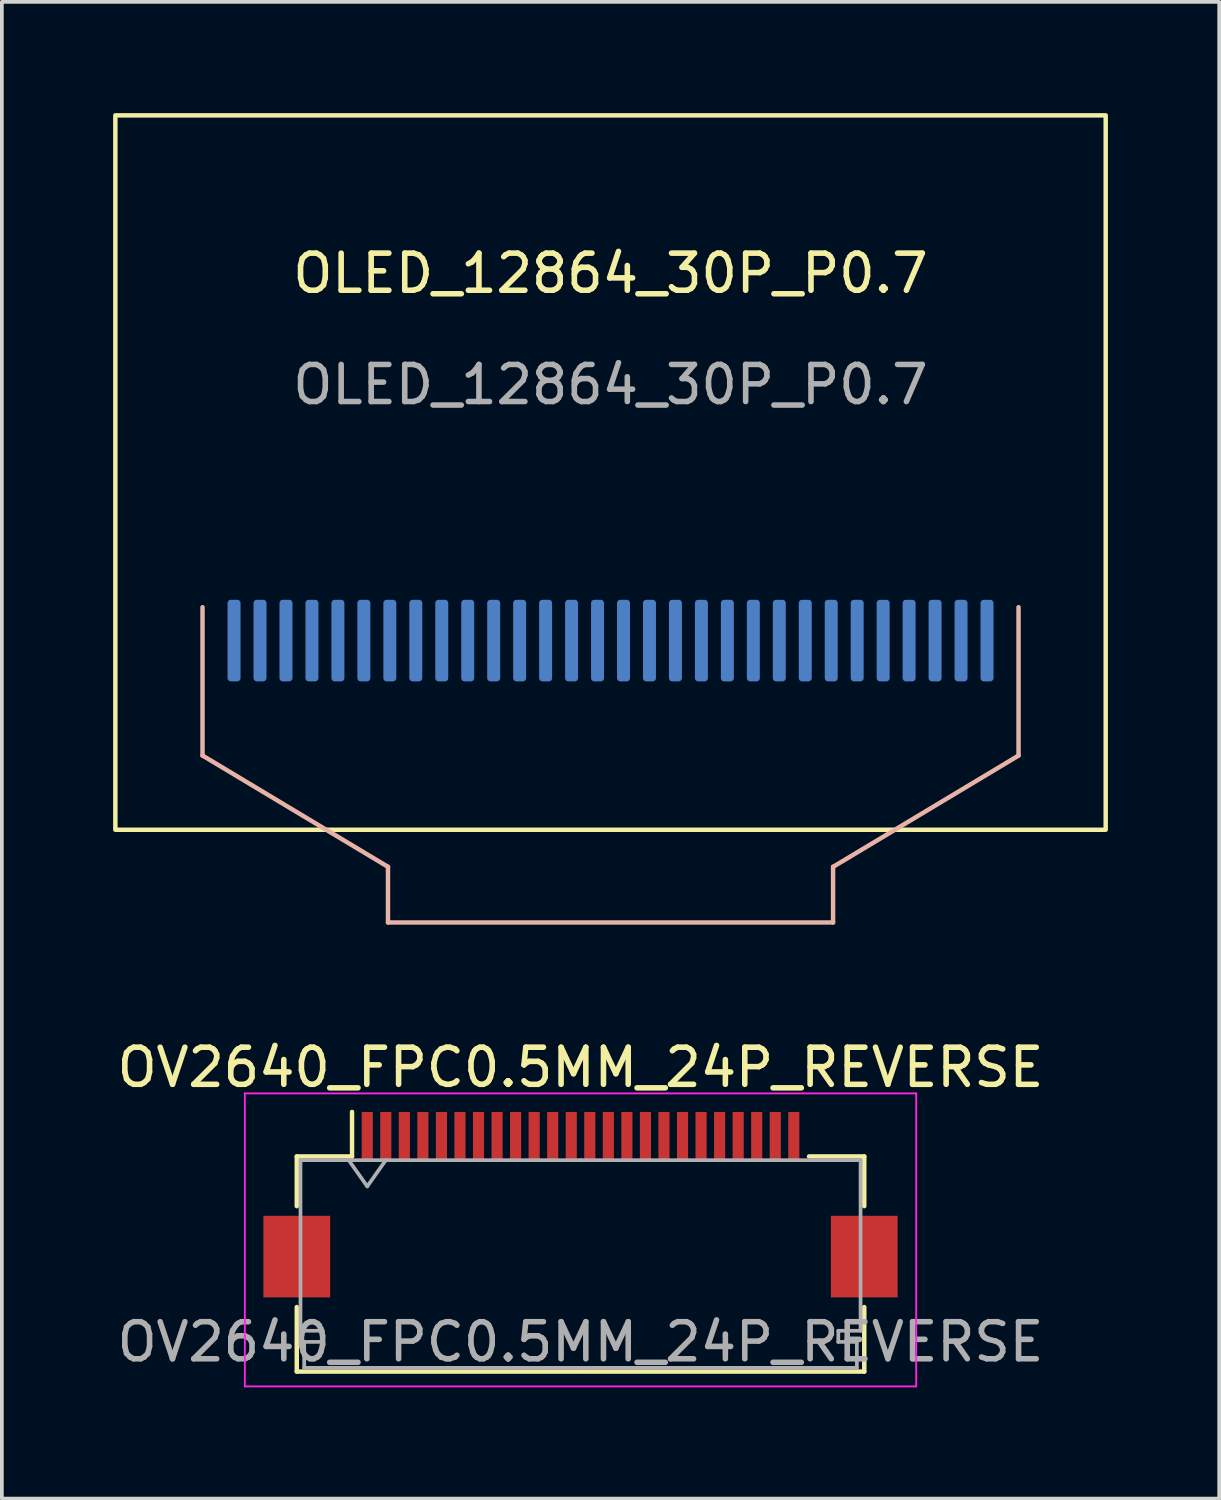
<source format=kicad_pcb>
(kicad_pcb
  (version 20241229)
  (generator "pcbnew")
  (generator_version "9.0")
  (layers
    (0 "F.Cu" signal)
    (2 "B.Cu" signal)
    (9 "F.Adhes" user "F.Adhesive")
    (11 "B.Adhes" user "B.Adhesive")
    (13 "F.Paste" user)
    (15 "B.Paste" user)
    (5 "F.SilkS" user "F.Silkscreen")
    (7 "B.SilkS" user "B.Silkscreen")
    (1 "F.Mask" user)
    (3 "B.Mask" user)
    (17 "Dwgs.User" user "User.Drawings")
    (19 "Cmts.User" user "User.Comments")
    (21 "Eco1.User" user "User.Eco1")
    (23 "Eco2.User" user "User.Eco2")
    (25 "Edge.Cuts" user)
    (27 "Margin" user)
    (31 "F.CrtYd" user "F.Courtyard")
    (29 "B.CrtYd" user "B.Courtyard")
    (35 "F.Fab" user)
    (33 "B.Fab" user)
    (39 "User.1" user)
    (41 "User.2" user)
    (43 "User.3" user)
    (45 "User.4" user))
  (footprint "OV2640_FPC0.5MM_24P_REVERSE"
    (layer "F.Cu")
    (at 12.601 29.428)
    (property "Reference" "OV2640_FPC0.5MM_24P_REVERSE" (at 0 -3.7 0) (layer "F.SilkS") (effects (font (size 1 1) (thickness 0.15))))
    (attr smd)
    (fp_line (start -7.65 -1.3) (end -7.65 0.04) (stroke (width 0.12) (type solid)) (layer "F.SilkS"))
    (fp_line (start -7.65 2.76) (end -7.65 4.5) (stroke (width 0.12) (type solid)) (layer "F.SilkS"))
    (fp_line (start -7.65 4.5) (end 7.65 4.5) (stroke (width 0.12) (type solid)) (layer "F.SilkS"))
    (fp_line (start -6.16 -1.3) (end -7.65 -1.3) (stroke (width 0.12) (type solid)) (layer "F.SilkS"))
    (fp_line (start -6.16 -1.3) (end -6.16 -2.5) (stroke (width 0.12) (type solid)) (layer "F.SilkS"))
    (fp_line (start 6.16 -1.3) (end 7.65 -1.3) (stroke (width 0.12) (type solid)) (layer "F.SilkS"))
    (fp_line (start 7.65 -1.3) (end 7.65 0.04) (stroke (width 0.12) (type solid)) (layer "F.SilkS"))
    (fp_line (start 7.65 4.5) (end 7.65 2.76) (stroke (width 0.12) (type solid)) (layer "F.SilkS"))
    (fp_line (start -9.05 -3) (end -9.05 4.9) (stroke (width 0.05) (type solid)) (layer "F.CrtYd"))
    (fp_line (start -9.05 4.9) (end 9.05 4.9) (stroke (width 0.05) (type solid)) (layer "F.CrtYd"))
    (fp_line (start 9.05 -3) (end -9.05 -3) (stroke (width 0.05) (type solid)) (layer "F.CrtYd"))
    (fp_line (start 9.05 4.9) (end 9.05 -3) (stroke (width 0.05) (type solid)) (layer "F.CrtYd"))
    (fp_line (start -7.55 -1.2) (end -7.55 3.4) (stroke (width 0.1) (type solid)) (layer "F.Fab"))
    (fp_line (start -7.55 3.4) (end -6.95 3.4) (stroke (width 0.1) (type solid)) (layer "F.Fab"))
    (fp_line (start -7.45 3.7) (end -7.45 4.4) (stroke (width 0.1) (type solid)) (layer "F.Fab"))
    (fp_line (start -7.45 4.4) (end 0 4.4) (stroke (width 0.1) (type solid)) (layer "F.Fab"))
    (fp_line (start -6.95 3.4) (end -6.95 3.7) (stroke (width 0.1) (type solid)) (layer "F.Fab"))
    (fp_line (start -6.95 3.7) (end -7.45 3.7) (stroke (width 0.1) (type solid)) (layer "F.Fab"))
    (fp_line (start -6.25 -1.2) (end -5.75 -0.493) (stroke (width 0.1) (type solid)) (layer "F.Fab"))
    (fp_line (start -5.75 -0.493) (end -5.25 -1.2) (stroke (width 0.1) (type solid)) (layer "F.Fab"))
    (fp_line (start 0 -1.2) (end -7.55 -1.2) (stroke (width 0.1) (type solid)) (layer "F.Fab"))
    (fp_line (start 0 -1.2) (end 7.55 -1.2) (stroke (width 0.1) (type solid)) (layer "F.Fab"))
    (fp_line (start 6.95 3.4) (end 6.95 3.7) (stroke (width 0.1) (type solid)) (layer "F.Fab"))
    (fp_line (start 6.95 3.7) (end 7.45 3.7) (stroke (width 0.1) (type solid)) (layer "F.Fab"))
    (fp_line (start 7.45 3.7) (end 7.45 4.4) (stroke (width 0.1) (type solid)) (layer "F.Fab"))
    (fp_line (start 7.45 4.4) (end 0 4.4) (stroke (width 0.1) (type solid)) (layer "F.Fab"))
    (fp_line (start 7.55 -1.2) (end 7.55 3.4) (stroke (width 0.1) (type solid)) (layer "F.Fab"))
    (fp_line (start 7.55 3.4) (end 6.95 3.4) (stroke (width 0.1) (type solid)) (layer "F.Fab"))
    (fp_text user "${REFERENCE}" (at 0 3.7 0) (layer "F.Fab") (effects (font (size 1 1) (thickness 0.15))))
    (pad "1" smd rect (at 5.75 -1.85) (size 0.3 1.3) (layers "F.Cu" "F.Mask" "F.Paste"))
    (pad "2" smd rect (at 5.25 -1.85) (size 0.3 1.3) (layers "F.Cu" "F.Mask" "F.Paste"))
    (pad "3" smd rect (at 4.75 -1.85) (size 0.3 1.3) (layers "F.Cu" "F.Mask" "F.Paste"))
    (pad "4" smd rect (at 4.25 -1.85) (size 0.3 1.3) (layers "F.Cu" "F.Mask" "F.Paste"))
    (pad "5" smd rect (at 3.75 -1.85) (size 0.3 1.3) (layers "F.Cu" "F.Mask" "F.Paste"))
    (pad "6" smd rect (at 3.25 -1.85) (size 0.3 1.3) (layers "F.Cu" "F.Mask" "F.Paste"))
    (pad "7" smd rect (at 2.75 -1.85) (size 0.3 1.3) (layers "F.Cu" "F.Mask" "F.Paste"))
    (pad "8" smd rect (at 2.25 -1.85) (size 0.3 1.3) (layers "F.Cu" "F.Mask" "F.Paste"))
    (pad "9" smd rect (at 1.75 -1.85) (size 0.3 1.3) (layers "F.Cu" "F.Mask" "F.Paste"))
    (pad "10" smd rect (at 1.25 -1.85) (size 0.3 1.3) (layers "F.Cu" "F.Mask" "F.Paste"))
    (pad "11" smd rect (at 0.75 -1.85) (size 0.3 1.3) (layers "F.Cu" "F.Mask" "F.Paste"))
    (pad "12" smd rect (at 0.25 -1.85) (size 0.3 1.3) (layers "F.Cu" "F.Mask" "F.Paste"))
    (pad "13" smd rect (at -0.25 -1.85) (size 0.3 1.3) (layers "F.Cu" "F.Mask" "F.Paste"))
    (pad "14" smd rect (at -0.75 -1.85) (size 0.3 1.3) (layers "F.Cu" "F.Mask" "F.Paste"))
    (pad "15" smd rect (at -1.25 -1.85) (size 0.3 1.3) (layers "F.Cu" "F.Mask" "F.Paste"))
    (pad "16" smd rect (at -1.75 -1.85) (size 0.3 1.3) (layers "F.Cu" "F.Mask" "F.Paste"))
    (pad "17" smd rect (at -2.25 -1.85) (size 0.3 1.3) (layers "F.Cu" "F.Mask" "F.Paste"))
    (pad "18" smd rect (at -2.75 -1.85) (size 0.3 1.3) (layers "F.Cu" "F.Mask" "F.Paste"))
    (pad "19" smd rect (at -3.25 -1.85) (size 0.3 1.3) (layers "F.Cu" "F.Mask" "F.Paste"))
    (pad "20" smd rect (at -3.75 -1.85) (size 0.3 1.3) (layers "F.Cu" "F.Mask" "F.Paste"))
    (pad "21" smd rect (at -4.25 -1.85) (size 0.3 1.3) (layers "F.Cu" "F.Mask" "F.Paste"))
    (pad "22" smd rect (at -4.75 -1.85) (size 0.3 1.3) (layers "F.Cu" "F.Mask" "F.Paste"))
    (pad "23" smd rect (at -5.25 -1.85) (size 0.3 1.3) (layers "F.Cu" "F.Mask" "F.Paste"))
    (pad "24" smd rect (at -5.75 -1.85) (size 0.3 1.3) (layers "F.Cu" "F.Mask" "F.Paste"))
    (pad "MP" smd rect (at -7.65 1.4) (size 1.8 2.2) (layers "F.Cu" "F.Mask" "F.Paste"))
    (pad "MP" smd rect (at 7.65 1.4) (size 1.8 2.2) (layers "F.Cu" "F.Mask" "F.Paste")))
  (footprint "OLED_12864_30P_P0.7"
    (layer "F.Cu")
    (at 13.41 19.32)
    (property "Reference" "OLED_12864_30P_P0.7" (at 0 -15 0) (unlocked yes) (layer "F.SilkS") (effects (font (size 1 1) (thickness 0.15))))
    (attr smd)
    (fp_rect (start -13.35 -19.26) (end 13.35 0) (stroke (width 0.12) (type solid)) (fill no) (layer "F.SilkS"))
    (fp_line (start -11 -6) (end -11 -2) (stroke (width 0.12) (type solid)) (layer "B.SilkS"))
    (fp_line (start -11 -2) (end -6 1) (stroke (width 0.12) (type solid)) (layer "B.SilkS"))
    (fp_line (start -6 2.5) (end -6 1) (stroke (width 0.12) (type solid)) (layer "B.SilkS"))
    (fp_line (start 6 1) (end 11 -2) (stroke (width 0.12) (type solid)) (layer "B.SilkS"))
    (fp_line (start 6 2.5) (end -6 2.5) (stroke (width 0.12) (type solid)) (layer "B.SilkS"))
    (fp_line (start 6 2.5) (end 6 1) (stroke (width 0.12) (type solid)) (layer "B.SilkS"))
    (fp_rect (start 11 -6) (end 11 -2) (stroke (width 0.12) (type solid)) (fill no) (layer "B.SilkS"))
    (fp_text user "${REFERENCE}" (at 0 -12 0) (unlocked yes) (layer "F.Fab") (effects (font (size 1 1) (thickness 0.15))))
    (pad "1" smd roundrect (at -10.15 -5.1) (size 0.35 2.2) (layers "B.Cu" "B.Mask" "B.Paste") (roundrect_rratio 0.25))
    (pad "2" smd roundrect (at -9.45 -5.1) (size 0.35 2.2) (layers "B.Cu" "B.Mask" "B.Paste") (roundrect_rratio 0.25))
    (pad "3" smd roundrect (at -8.75 -5.1) (size 0.35 2.2) (layers "B.Cu" "B.Mask" "B.Paste") (roundrect_rratio 0.25))
    (pad "4" smd roundrect (at -8.05 -5.1) (size 0.35 2.2) (layers "B.Cu" "B.Mask" "B.Paste") (roundrect_rratio 0.25))
    (pad "5" smd roundrect (at -7.35 -5.1) (size 0.35 2.2) (layers "B.Cu" "B.Mask" "B.Paste") (roundrect_rratio 0.25))
    (pad "6" smd roundrect (at -6.65 -5.1) (size 0.35 2.2) (layers "B.Cu" "B.Mask" "B.Paste") (roundrect_rratio 0.25))
    (pad "7" smd roundrect (at -5.95 -5.1) (size 0.35 2.2) (layers "B.Cu" "B.Mask" "B.Paste") (roundrect_rratio 0.25))
    (pad "8" smd roundrect (at -5.25 -5.1) (size 0.35 2.2) (layers "B.Cu" "B.Mask" "B.Paste") (roundrect_rratio 0.25))
    (pad "9" smd roundrect (at -4.55 -5.1) (size 0.35 2.2) (layers "B.Cu" "B.Mask" "B.Paste") (roundrect_rratio 0.25))
    (pad "10" smd roundrect (at -3.85 -5.1) (size 0.35 2.2) (layers "B.Cu" "B.Mask" "B.Paste") (roundrect_rratio 0.25))
    (pad "11" smd roundrect (at -3.15 -5.1) (size 0.35 2.2) (layers "B.Cu" "B.Mask" "B.Paste") (roundrect_rratio 0.25))
    (pad "12" smd roundrect (at -2.45 -5.1) (size 0.35 2.2) (layers "B.Cu" "B.Mask" "B.Paste") (roundrect_rratio 0.25))
    (pad "13" smd roundrect (at -1.75 -5.1) (size 0.35 2.2) (layers "B.Cu" "B.Mask" "B.Paste") (roundrect_rratio 0.25))
    (pad "14" smd roundrect (at -1.05 -5.1) (size 0.35 2.2) (layers "B.Cu" "B.Mask" "B.Paste") (roundrect_rratio 0.25))
    (pad "15" smd roundrect (at -0.35 -5.1) (size 0.35 2.2) (layers "B.Cu" "B.Mask" "B.Paste") (roundrect_rratio 0.25))
    (pad "16" smd roundrect (at 0.35 -5.1) (size 0.35 2.2) (layers "B.Cu" "B.Mask" "B.Paste") (roundrect_rratio 0.25))
    (pad "17" smd roundrect (at 1.05 -5.1) (size 0.35 2.2) (layers "B.Cu" "B.Mask" "B.Paste") (roundrect_rratio 0.25))
    (pad "18" smd roundrect (at 1.75 -5.1) (size 0.35 2.2) (layers "B.Cu" "B.Mask" "B.Paste") (roundrect_rratio 0.25))
    (pad "19" smd roundrect (at 2.45 -5.1) (size 0.35 2.2) (layers "B.Cu" "B.Mask" "B.Paste") (roundrect_rratio 0.25))
    (pad "20" smd roundrect (at 3.15 -5.1) (size 0.35 2.2) (layers "B.Cu" "B.Mask" "B.Paste") (roundrect_rratio 0.25))
    (pad "21" smd roundrect (at 3.85 -5.1) (size 0.35 2.2) (layers "B.Cu" "B.Mask" "B.Paste") (roundrect_rratio 0.25))
    (pad "22" smd roundrect (at 4.55 -5.1) (size 0.35 2.2) (layers "B.Cu" "B.Mask" "B.Paste") (roundrect_rratio 0.25))
    (pad "23" smd roundrect (at 5.25 -5.1) (size 0.35 2.2) (layers "B.Cu" "B.Mask" "B.Paste") (roundrect_rratio 0.25))
    (pad "24" smd roundrect (at 5.95 -5.1) (size 0.35 2.2) (layers "B.Cu" "B.Mask" "B.Paste") (roundrect_rratio 0.25))
    (pad "25" smd roundrect (at 6.65 -5.1) (size 0.35 2.2) (layers "B.Cu" "B.Mask" "B.Paste") (roundrect_rratio 0.25))
    (pad "26" smd roundrect (at 7.35 -5.1) (size 0.35 2.2) (layers "B.Cu" "B.Mask" "B.Paste") (roundrect_rratio 0.25))
    (pad "27" smd roundrect (at 8.05 -5.1) (size 0.35 2.2) (layers "B.Cu" "B.Mask" "B.Paste") (roundrect_rratio 0.25))
    (pad "28" smd roundrect (at 8.75 -5.1) (size 0.35 2.2) (layers "B.Cu" "B.Mask" "B.Paste") (roundrect_rratio 0.25))
    (pad "29" smd roundrect (at 9.45 -5.1) (size 0.35 2.2) (layers "B.Cu" "B.Mask" "B.Paste") (roundrect_rratio 0.25))
    (pad "30" smd roundrect (at 10.15 -5.1) (size 0.35 2.2) (layers "B.Cu" "B.Mask" "B.Paste") (roundrect_rratio 0.25)))
  (gr_rect
    (start -3 -3)
    (end 29.82 37.353)
    (stroke (width 0.1) (type default))
    (fill no)
    (layer "Edge.Cuts")))
</source>
